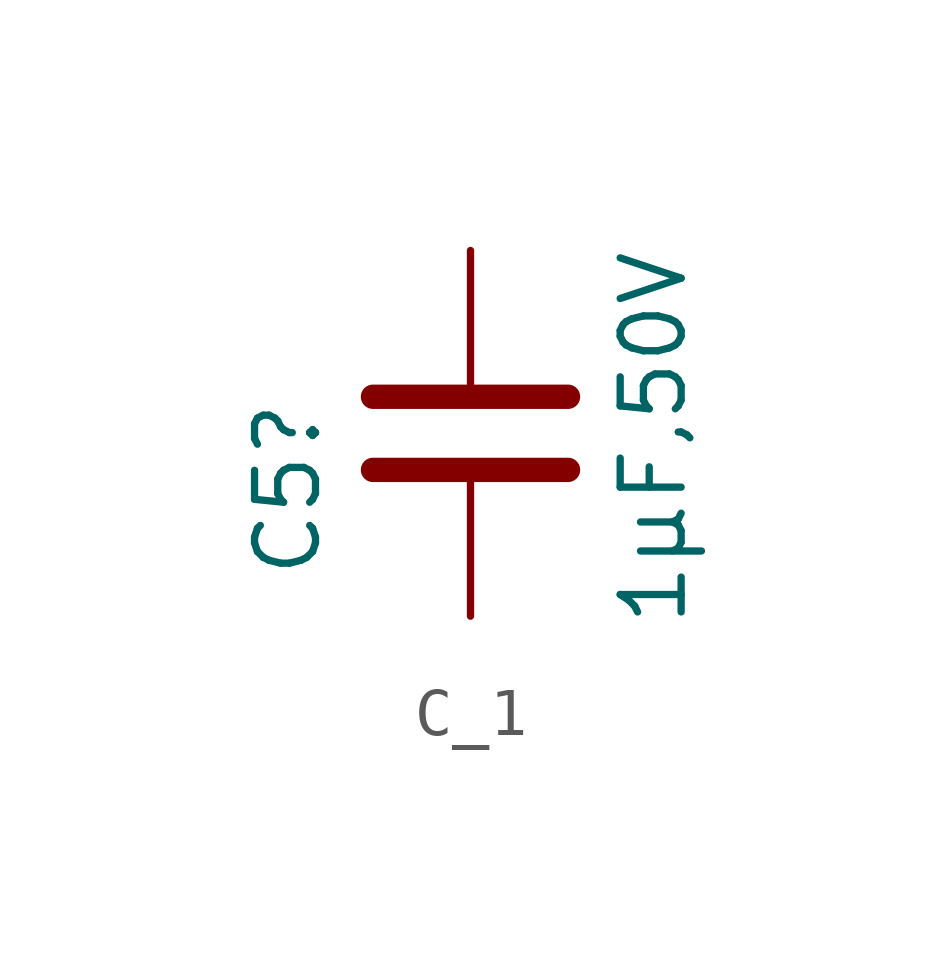
<source format=kicad_sym>
(kicad_symbol_lib
  (version 20231120)
  (generator "kicad_symbol_editor")
  (generator_version "8.0")
  (symbol "C_1"
    (pin_numbers hide)
    (pin_names
      (offset 0.254))
    (property "Reference" "C5"
      (at -3.81 -3.048 90)
      (effects (font (size 1.27 1.27)) (justify left)))
    (property "Value" "1µF,50V "
      (at 3.81 -4.064 90)
      (effects (font (size 1.27 1.27)) (justify left)))
    (symbol "C_1_0_1"
      (polyline (pts (xy -2.032 -0.762) (xy 2.032 -0.762)) (stroke (width 0.508) (type default)) (fill (type none)))
      (polyline (pts (xy -2.032 0.762) (xy 2.032 0.762)) (stroke (width 0.508) (type default)) (fill (type none))))
    (symbol "C_1_1_1"
      (pin passive line (at 0 3.81 270) (length 2.794) (name "~" (effects (font (size 1.27 1.27)))) (number "1" (effects (font (size 1.27 1.27)))))
      (pin passive line (at 0 -3.81 90) (length 2.794) (name "~" (effects (font (size 1.27 1.27)))) (number "2" (effects (font (size 1.27 1.27))))))))
</source>
